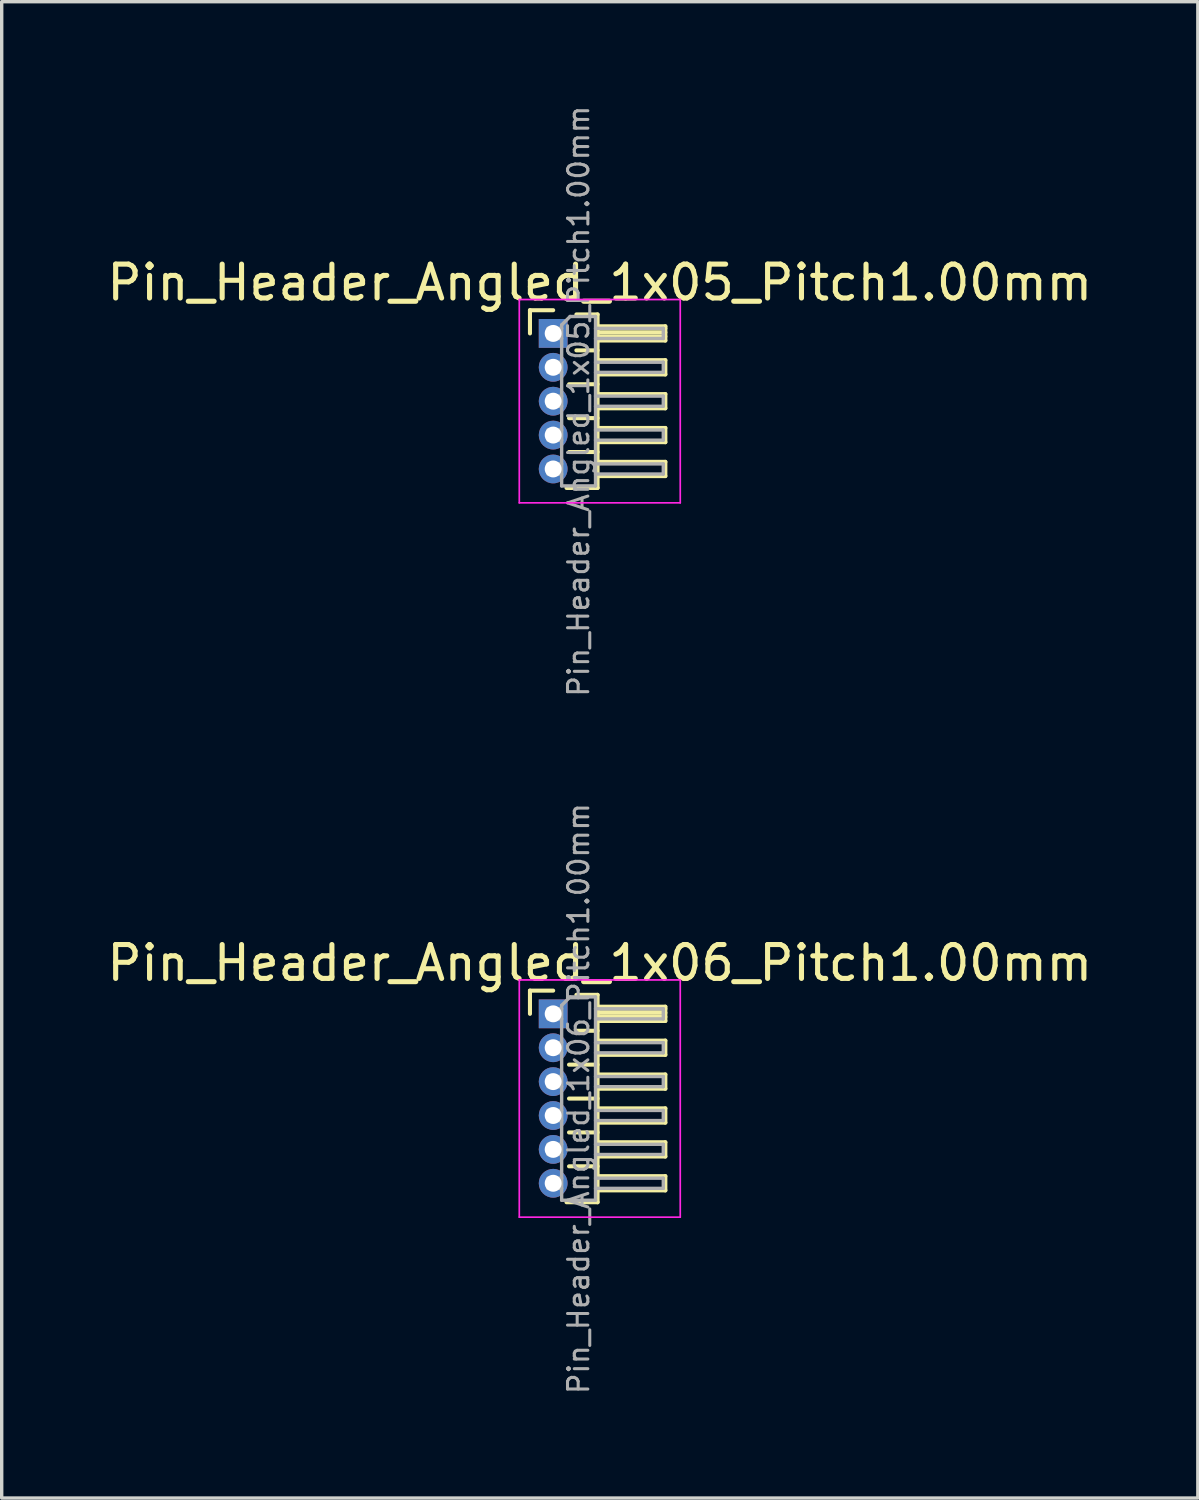
<source format=kicad_pcb>
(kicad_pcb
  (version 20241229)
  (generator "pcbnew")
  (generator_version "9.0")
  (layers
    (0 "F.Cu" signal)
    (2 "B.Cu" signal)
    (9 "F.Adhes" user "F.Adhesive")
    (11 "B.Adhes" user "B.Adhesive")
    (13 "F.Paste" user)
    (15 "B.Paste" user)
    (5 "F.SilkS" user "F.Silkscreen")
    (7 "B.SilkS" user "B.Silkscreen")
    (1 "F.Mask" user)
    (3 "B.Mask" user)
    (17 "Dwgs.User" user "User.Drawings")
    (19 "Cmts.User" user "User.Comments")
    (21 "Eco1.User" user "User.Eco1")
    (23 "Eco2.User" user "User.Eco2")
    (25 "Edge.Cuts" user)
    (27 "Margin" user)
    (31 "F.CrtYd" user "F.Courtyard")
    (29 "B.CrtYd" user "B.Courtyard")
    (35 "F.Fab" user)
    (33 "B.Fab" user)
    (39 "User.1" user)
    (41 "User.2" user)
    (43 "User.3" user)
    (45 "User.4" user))
  (footprint "Pin_Header_Angled_1x06_Pitch1.00mm"
    (layer "F.Cu")
    (at 13.274 26.868)
    (property "Reference" "Pin_Header_Angled_1x06_Pitch1.00mm" (at 1.375 -1.5 0) (layer "F.SilkS") (effects (font (size 1 1) (thickness 0.15))))
    (attr through_hole)
    (fp_line (start -0.685 -0.685) (end 0 -0.685) (stroke (width 0.12) (type solid)) (layer "F.SilkS"))
    (fp_line (start -0.685 0) (end -0.685 -0.685) (stroke (width 0.12) (type solid)) (layer "F.SilkS"))
    (fp_line (start 0.468 1.5) (end 1.31 1.5) (stroke (width 0.12) (type solid)) (layer "F.SilkS"))
    (fp_line (start 0.468 2.5) (end 1.31 2.5) (stroke (width 0.12) (type solid)) (layer "F.SilkS"))
    (fp_line (start 0.468 3.5) (end 1.31 3.5) (stroke (width 0.12) (type solid)) (layer "F.SilkS"))
    (fp_line (start 0.468 4.5) (end 1.31 4.5) (stroke (width 0.12) (type solid)) (layer "F.SilkS"))
    (fp_line (start 0.685 -0.56) (end 1.31 -0.56) (stroke (width 0.12) (type solid)) (layer "F.SilkS"))
    (fp_line (start 0.685 0.5) (end 1.31 0.5) (stroke (width 0.12) (type solid)) (layer "F.SilkS"))
    (fp_line (start 1.31 -0.56) (end 1.31 5.56) (stroke (width 0.12) (type solid)) (layer "F.SilkS"))
    (fp_line (start 1.31 -0.21) (end 3.31 -0.21) (stroke (width 0.12) (type solid)) (layer "F.SilkS"))
    (fp_line (start 1.31 -0.15) (end 3.31 -0.15) (stroke (width 0.12) (type solid)) (layer "F.SilkS"))
    (fp_line (start 1.31 -0.03) (end 3.31 -0.03) (stroke (width 0.12) (type solid)) (layer "F.SilkS"))
    (fp_line (start 1.31 0.09) (end 3.31 0.09) (stroke (width 0.12) (type solid)) (layer "F.SilkS"))
    (fp_line (start 1.31 0.79) (end 3.31 0.79) (stroke (width 0.12) (type solid)) (layer "F.SilkS"))
    (fp_line (start 1.31 1.79) (end 3.31 1.79) (stroke (width 0.12) (type solid)) (layer "F.SilkS"))
    (fp_line (start 1.31 2.79) (end 3.31 2.79) (stroke (width 0.12) (type solid)) (layer "F.SilkS"))
    (fp_line (start 1.31 3.79) (end 3.31 3.79) (stroke (width 0.12) (type solid)) (layer "F.SilkS"))
    (fp_line (start 1.31 4.79) (end 3.31 4.79) (stroke (width 0.12) (type solid)) (layer "F.SilkS"))
    (fp_line (start 1.31 5.56) (end 0.394 5.56) (stroke (width 0.12) (type solid)) (layer "F.SilkS"))
    (fp_line (start 3.31 -0.21) (end 3.31 0.21) (stroke (width 0.12) (type solid)) (layer "F.SilkS"))
    (fp_line (start 3.31 0.21) (end 1.31 0.21) (stroke (width 0.12) (type solid)) (layer "F.SilkS"))
    (fp_line (start 3.31 0.79) (end 3.31 1.21) (stroke (width 0.12) (type solid)) (layer "F.SilkS"))
    (fp_line (start 3.31 1.21) (end 1.31 1.21) (stroke (width 0.12) (type solid)) (layer "F.SilkS"))
    (fp_line (start 3.31 1.79) (end 3.31 2.21) (stroke (width 0.12) (type solid)) (layer "F.SilkS"))
    (fp_line (start 3.31 2.21) (end 1.31 2.21) (stroke (width 0.12) (type solid)) (layer "F.SilkS"))
    (fp_line (start 3.31 2.79) (end 3.31 3.21) (stroke (width 0.12) (type solid)) (layer "F.SilkS"))
    (fp_line (start 3.31 3.21) (end 1.31 3.21) (stroke (width 0.12) (type solid)) (layer "F.SilkS"))
    (fp_line (start 3.31 3.79) (end 3.31 4.21) (stroke (width 0.12) (type solid)) (layer "F.SilkS"))
    (fp_line (start 3.31 4.21) (end 1.31 4.21) (stroke (width 0.12) (type solid)) (layer "F.SilkS"))
    (fp_line (start 3.31 4.79) (end 3.31 5.21) (stroke (width 0.12) (type solid)) (layer "F.SilkS"))
    (fp_line (start 3.31 5.21) (end 1.31 5.21) (stroke (width 0.12) (type solid)) (layer "F.SilkS"))
    (fp_line (start -1 -1) (end -1 6) (stroke (width 0.05) (type solid)) (layer "F.CrtYd"))
    (fp_line (start -1 6) (end 3.75 6) (stroke (width 0.05) (type solid)) (layer "F.CrtYd"))
    (fp_line (start 3.75 -1) (end -1 -1) (stroke (width 0.05) (type solid)) (layer "F.CrtYd"))
    (fp_line (start 3.75 6) (end 3.75 -1) (stroke (width 0.05) (type solid)) (layer "F.CrtYd"))
    (fp_line (start -0.15 -0.15) (end -0.15 0.15) (stroke (width 0.1) (type solid)) (layer "F.Fab"))
    (fp_line (start -0.15 -0.15) (end 0.25 -0.15) (stroke (width 0.1) (type solid)) (layer "F.Fab"))
    (fp_line (start -0.15 0.15) (end 0.25 0.15) (stroke (width 0.1) (type solid)) (layer "F.Fab"))
    (fp_line (start -0.15 0.85) (end -0.15 1.15) (stroke (width 0.1) (type solid)) (layer "F.Fab"))
    (fp_line (start -0.15 0.85) (end 0.25 0.85) (stroke (width 0.1) (type solid)) (layer "F.Fab"))
    (fp_line (start -0.15 1.15) (end 0.25 1.15) (stroke (width 0.1) (type solid)) (layer "F.Fab"))
    (fp_line (start -0.15 1.85) (end -0.15 2.15) (stroke (width 0.1) (type solid)) (layer "F.Fab"))
    (fp_line (start -0.15 1.85) (end 0.25 1.85) (stroke (width 0.1) (type solid)) (layer "F.Fab"))
    (fp_line (start -0.15 2.15) (end 0.25 2.15) (stroke (width 0.1) (type solid)) (layer "F.Fab"))
    (fp_line (start -0.15 2.85) (end -0.15 3.15) (stroke (width 0.1) (type solid)) (layer "F.Fab"))
    (fp_line (start -0.15 2.85) (end 0.25 2.85) (stroke (width 0.1) (type solid)) (layer "F.Fab"))
    (fp_line (start -0.15 3.15) (end 0.25 3.15) (stroke (width 0.1) (type solid)) (layer "F.Fab"))
    (fp_line (start -0.15 3.85) (end -0.15 4.15) (stroke (width 0.1) (type solid)) (layer "F.Fab"))
    (fp_line (start -0.15 3.85) (end 0.25 3.85) (stroke (width 0.1) (type solid)) (layer "F.Fab"))
    (fp_line (start -0.15 4.15) (end 0.25 4.15) (stroke (width 0.1) (type solid)) (layer "F.Fab"))
    (fp_line (start -0.15 4.85) (end -0.15 5.15) (stroke (width 0.1) (type solid)) (layer "F.Fab"))
    (fp_line (start -0.15 4.85) (end 0.25 4.85) (stroke (width 0.1) (type solid)) (layer "F.Fab"))
    (fp_line (start -0.15 5.15) (end 0.25 5.15) (stroke (width 0.1) (type solid)) (layer "F.Fab"))
    (fp_line (start 0.25 -0.25) (end 0.5 -0.5) (stroke (width 0.1) (type solid)) (layer "F.Fab"))
    (fp_line (start 0.25 5.5) (end 0.25 -0.25) (stroke (width 0.1) (type solid)) (layer "F.Fab"))
    (fp_line (start 0.5 -0.5) (end 1.25 -0.5) (stroke (width 0.1) (type solid)) (layer "F.Fab"))
    (fp_line (start 1.25 -0.5) (end 1.25 5.5) (stroke (width 0.1) (type solid)) (layer "F.Fab"))
    (fp_line (start 1.25 -0.15) (end 3.25 -0.15) (stroke (width 0.1) (type solid)) (layer "F.Fab"))
    (fp_line (start 1.25 0.15) (end 3.25 0.15) (stroke (width 0.1) (type solid)) (layer "F.Fab"))
    (fp_line (start 1.25 0.85) (end 3.25 0.85) (stroke (width 0.1) (type solid)) (layer "F.Fab"))
    (fp_line (start 1.25 1.15) (end 3.25 1.15) (stroke (width 0.1) (type solid)) (layer "F.Fab"))
    (fp_line (start 1.25 1.85) (end 3.25 1.85) (stroke (width 0.1) (type solid)) (layer "F.Fab"))
    (fp_line (start 1.25 2.15) (end 3.25 2.15) (stroke (width 0.1) (type solid)) (layer "F.Fab"))
    (fp_line (start 1.25 2.85) (end 3.25 2.85) (stroke (width 0.1) (type solid)) (layer "F.Fab"))
    (fp_line (start 1.25 3.15) (end 3.25 3.15) (stroke (width 0.1) (type solid)) (layer "F.Fab"))
    (fp_line (start 1.25 3.85) (end 3.25 3.85) (stroke (width 0.1) (type solid)) (layer "F.Fab"))
    (fp_line (start 1.25 4.15) (end 3.25 4.15) (stroke (width 0.1) (type solid)) (layer "F.Fab"))
    (fp_line (start 1.25 4.85) (end 3.25 4.85) (stroke (width 0.1) (type solid)) (layer "F.Fab"))
    (fp_line (start 1.25 5.15) (end 3.25 5.15) (stroke (width 0.1) (type solid)) (layer "F.Fab"))
    (fp_line (start 1.25 5.5) (end 0.25 5.5) (stroke (width 0.1) (type solid)) (layer "F.Fab"))
    (fp_line (start 3.25 -0.15) (end 3.25 0.15) (stroke (width 0.1) (type solid)) (layer "F.Fab"))
    (fp_line (start 3.25 0.85) (end 3.25 1.15) (stroke (width 0.1) (type solid)) (layer "F.Fab"))
    (fp_line (start 3.25 1.85) (end 3.25 2.15) (stroke (width 0.1) (type solid)) (layer "F.Fab"))
    (fp_line (start 3.25 2.85) (end 3.25 3.15) (stroke (width 0.1) (type solid)) (layer "F.Fab"))
    (fp_line (start 3.25 3.85) (end 3.25 4.15) (stroke (width 0.1) (type solid)) (layer "F.Fab"))
    (fp_line (start 3.25 4.85) (end 3.25 5.15) (stroke (width 0.1) (type solid)) (layer "F.Fab"))
    (fp_text user "${REFERENCE}" (at 0.75 2.5 90) (layer "F.Fab") (effects (font (size 0.6 0.6) (thickness 0.09))))
    (pad "1" thru_hole rect (at 0 0) (size 0.85 0.85) (drill 0.5) (layers "*.Cu" "*.Mask"))
    (pad "2" thru_hole oval (at 0 1) (size 0.85 0.85) (drill 0.5) (layers "*.Cu" "*.Mask"))
    (pad "3" thru_hole oval (at 0 2) (size 0.85 0.85) (drill 0.5) (layers "*.Cu" "*.Mask"))
    (pad "4" thru_hole oval (at 0 3) (size 0.85 0.85) (drill 0.5) (layers "*.Cu" "*.Mask"))
    (pad "5" thru_hole oval (at 0 4) (size 0.85 0.85) (drill 0.5) (layers "*.Cu" "*.Mask"))
    (pad "6" thru_hole oval (at 0 5) (size 0.85 0.85) (drill 0.5) (layers "*.Cu" "*.Mask")))
  (footprint "Pin_Header_Angled_1x05_Pitch1.00mm"
    (layer "F.Cu")
    (at 13.274 6.789)
    (property "Reference" "Pin_Header_Angled_1x05_Pitch1.00mm" (at 1.375 -1.5 0) (layer "F.SilkS") (effects (font (size 1 1) (thickness 0.15))))
    (attr through_hole)
    (fp_line (start -0.685 -0.685) (end 0 -0.685) (stroke (width 0.12) (type solid)) (layer "F.SilkS"))
    (fp_line (start -0.685 0) (end -0.685 -0.685) (stroke (width 0.12) (type solid)) (layer "F.SilkS"))
    (fp_line (start 0.468 1.5) (end 1.31 1.5) (stroke (width 0.12) (type solid)) (layer "F.SilkS"))
    (fp_line (start 0.468 2.5) (end 1.31 2.5) (stroke (width 0.12) (type solid)) (layer "F.SilkS"))
    (fp_line (start 0.468 3.5) (end 1.31 3.5) (stroke (width 0.12) (type solid)) (layer "F.SilkS"))
    (fp_line (start 0.685 -0.56) (end 1.31 -0.56) (stroke (width 0.12) (type solid)) (layer "F.SilkS"))
    (fp_line (start 0.685 0.5) (end 1.31 0.5) (stroke (width 0.12) (type solid)) (layer "F.SilkS"))
    (fp_line (start 1.31 -0.56) (end 1.31 4.56) (stroke (width 0.12) (type solid)) (layer "F.SilkS"))
    (fp_line (start 1.31 -0.21) (end 3.31 -0.21) (stroke (width 0.12) (type solid)) (layer "F.SilkS"))
    (fp_line (start 1.31 -0.15) (end 3.31 -0.15) (stroke (width 0.12) (type solid)) (layer "F.SilkS"))
    (fp_line (start 1.31 -0.03) (end 3.31 -0.03) (stroke (width 0.12) (type solid)) (layer "F.SilkS"))
    (fp_line (start 1.31 0.09) (end 3.31 0.09) (stroke (width 0.12) (type solid)) (layer "F.SilkS"))
    (fp_line (start 1.31 0.79) (end 3.31 0.79) (stroke (width 0.12) (type solid)) (layer "F.SilkS"))
    (fp_line (start 1.31 1.79) (end 3.31 1.79) (stroke (width 0.12) (type solid)) (layer "F.SilkS"))
    (fp_line (start 1.31 2.79) (end 3.31 2.79) (stroke (width 0.12) (type solid)) (layer "F.SilkS"))
    (fp_line (start 1.31 3.79) (end 3.31 3.79) (stroke (width 0.12) (type solid)) (layer "F.SilkS"))
    (fp_line (start 1.31 4.56) (end 0.394 4.56) (stroke (width 0.12) (type solid)) (layer "F.SilkS"))
    (fp_line (start 3.31 -0.21) (end 3.31 0.21) (stroke (width 0.12) (type solid)) (layer "F.SilkS"))
    (fp_line (start 3.31 0.21) (end 1.31 0.21) (stroke (width 0.12) (type solid)) (layer "F.SilkS"))
    (fp_line (start 3.31 0.79) (end 3.31 1.21) (stroke (width 0.12) (type solid)) (layer "F.SilkS"))
    (fp_line (start 3.31 1.21) (end 1.31 1.21) (stroke (width 0.12) (type solid)) (layer "F.SilkS"))
    (fp_line (start 3.31 1.79) (end 3.31 2.21) (stroke (width 0.12) (type solid)) (layer "F.SilkS"))
    (fp_line (start 3.31 2.21) (end 1.31 2.21) (stroke (width 0.12) (type solid)) (layer "F.SilkS"))
    (fp_line (start 3.31 2.79) (end 3.31 3.21) (stroke (width 0.12) (type solid)) (layer "F.SilkS"))
    (fp_line (start 3.31 3.21) (end 1.31 3.21) (stroke (width 0.12) (type solid)) (layer "F.SilkS"))
    (fp_line (start 3.31 3.79) (end 3.31 4.21) (stroke (width 0.12) (type solid)) (layer "F.SilkS"))
    (fp_line (start 3.31 4.21) (end 1.31 4.21) (stroke (width 0.12) (type solid)) (layer "F.SilkS"))
    (fp_line (start -1 -1) (end -1 5) (stroke (width 0.05) (type solid)) (layer "F.CrtYd"))
    (fp_line (start -1 5) (end 3.75 5) (stroke (width 0.05) (type solid)) (layer "F.CrtYd"))
    (fp_line (start 3.75 -1) (end -1 -1) (stroke (width 0.05) (type solid)) (layer "F.CrtYd"))
    (fp_line (start 3.75 5) (end 3.75 -1) (stroke (width 0.05) (type solid)) (layer "F.CrtYd"))
    (fp_line (start -0.15 -0.15) (end -0.15 0.15) (stroke (width 0.1) (type solid)) (layer "F.Fab"))
    (fp_line (start -0.15 -0.15) (end 0.25 -0.15) (stroke (width 0.1) (type solid)) (layer "F.Fab"))
    (fp_line (start -0.15 0.15) (end 0.25 0.15) (stroke (width 0.1) (type solid)) (layer "F.Fab"))
    (fp_line (start -0.15 0.85) (end -0.15 1.15) (stroke (width 0.1) (type solid)) (layer "F.Fab"))
    (fp_line (start -0.15 0.85) (end 0.25 0.85) (stroke (width 0.1) (type solid)) (layer "F.Fab"))
    (fp_line (start -0.15 1.15) (end 0.25 1.15) (stroke (width 0.1) (type solid)) (layer "F.Fab"))
    (fp_line (start -0.15 1.85) (end -0.15 2.15) (stroke (width 0.1) (type solid)) (layer "F.Fab"))
    (fp_line (start -0.15 1.85) (end 0.25 1.85) (stroke (width 0.1) (type solid)) (layer "F.Fab"))
    (fp_line (start -0.15 2.15) (end 0.25 2.15) (stroke (width 0.1) (type solid)) (layer "F.Fab"))
    (fp_line (start -0.15 2.85) (end -0.15 3.15) (stroke (width 0.1) (type solid)) (layer "F.Fab"))
    (fp_line (start -0.15 2.85) (end 0.25 2.85) (stroke (width 0.1) (type solid)) (layer "F.Fab"))
    (fp_line (start -0.15 3.15) (end 0.25 3.15) (stroke (width 0.1) (type solid)) (layer "F.Fab"))
    (fp_line (start -0.15 3.85) (end -0.15 4.15) (stroke (width 0.1) (type solid)) (layer "F.Fab"))
    (fp_line (start -0.15 3.85) (end 0.25 3.85) (stroke (width 0.1) (type solid)) (layer "F.Fab"))
    (fp_line (start -0.15 4.15) (end 0.25 4.15) (stroke (width 0.1) (type solid)) (layer "F.Fab"))
    (fp_line (start 0.25 -0.25) (end 0.5 -0.5) (stroke (width 0.1) (type solid)) (layer "F.Fab"))
    (fp_line (start 0.25 4.5) (end 0.25 -0.25) (stroke (width 0.1) (type solid)) (layer "F.Fab"))
    (fp_line (start 0.5 -0.5) (end 1.25 -0.5) (stroke (width 0.1) (type solid)) (layer "F.Fab"))
    (fp_line (start 1.25 -0.5) (end 1.25 4.5) (stroke (width 0.1) (type solid)) (layer "F.Fab"))
    (fp_line (start 1.25 -0.15) (end 3.25 -0.15) (stroke (width 0.1) (type solid)) (layer "F.Fab"))
    (fp_line (start 1.25 0.15) (end 3.25 0.15) (stroke (width 0.1) (type solid)) (layer "F.Fab"))
    (fp_line (start 1.25 0.85) (end 3.25 0.85) (stroke (width 0.1) (type solid)) (layer "F.Fab"))
    (fp_line (start 1.25 1.15) (end 3.25 1.15) (stroke (width 0.1) (type solid)) (layer "F.Fab"))
    (fp_line (start 1.25 1.85) (end 3.25 1.85) (stroke (width 0.1) (type solid)) (layer "F.Fab"))
    (fp_line (start 1.25 2.15) (end 3.25 2.15) (stroke (width 0.1) (type solid)) (layer "F.Fab"))
    (fp_line (start 1.25 2.85) (end 3.25 2.85) (stroke (width 0.1) (type solid)) (layer "F.Fab"))
    (fp_line (start 1.25 3.15) (end 3.25 3.15) (stroke (width 0.1) (type solid)) (layer "F.Fab"))
    (fp_line (start 1.25 3.85) (end 3.25 3.85) (stroke (width 0.1) (type solid)) (layer "F.Fab"))
    (fp_line (start 1.25 4.15) (end 3.25 4.15) (stroke (width 0.1) (type solid)) (layer "F.Fab"))
    (fp_line (start 1.25 4.5) (end 0.25 4.5) (stroke (width 0.1) (type solid)) (layer "F.Fab"))
    (fp_line (start 3.25 -0.15) (end 3.25 0.15) (stroke (width 0.1) (type solid)) (layer "F.Fab"))
    (fp_line (start 3.25 0.85) (end 3.25 1.15) (stroke (width 0.1) (type solid)) (layer "F.Fab"))
    (fp_line (start 3.25 1.85) (end 3.25 2.15) (stroke (width 0.1) (type solid)) (layer "F.Fab"))
    (fp_line (start 3.25 2.85) (end 3.25 3.15) (stroke (width 0.1) (type solid)) (layer "F.Fab"))
    (fp_line (start 3.25 3.85) (end 3.25 4.15) (stroke (width 0.1) (type solid)) (layer "F.Fab"))
    (fp_text user "${REFERENCE}" (at 0.75 2 90) (layer "F.Fab") (effects (font (size 0.6 0.6) (thickness 0.09))))
    (pad "1" thru_hole rect (at 0 0) (size 0.85 0.85) (drill 0.5) (layers "*.Cu" "*.Mask"))
    (pad "2" thru_hole oval (at 0 1) (size 0.85 0.85) (drill 0.5) (layers "*.Cu" "*.Mask"))
    (pad "3" thru_hole oval (at 0 2) (size 0.85 0.85) (drill 0.5) (layers "*.Cu" "*.Mask"))
    (pad "4" thru_hole oval (at 0 3) (size 0.85 0.85) (drill 0.5) (layers "*.Cu" "*.Mask"))
    (pad "5" thru_hole oval (at 0 4) (size 0.85 0.85) (drill 0.5) (layers "*.Cu" "*.Mask")))
  (gr_rect
    (start -3 -3)
    (end 32.298 41.157)
    (stroke (width 0.1) (type default))
    (fill no)
    (layer "Edge.Cuts")))
</source>
